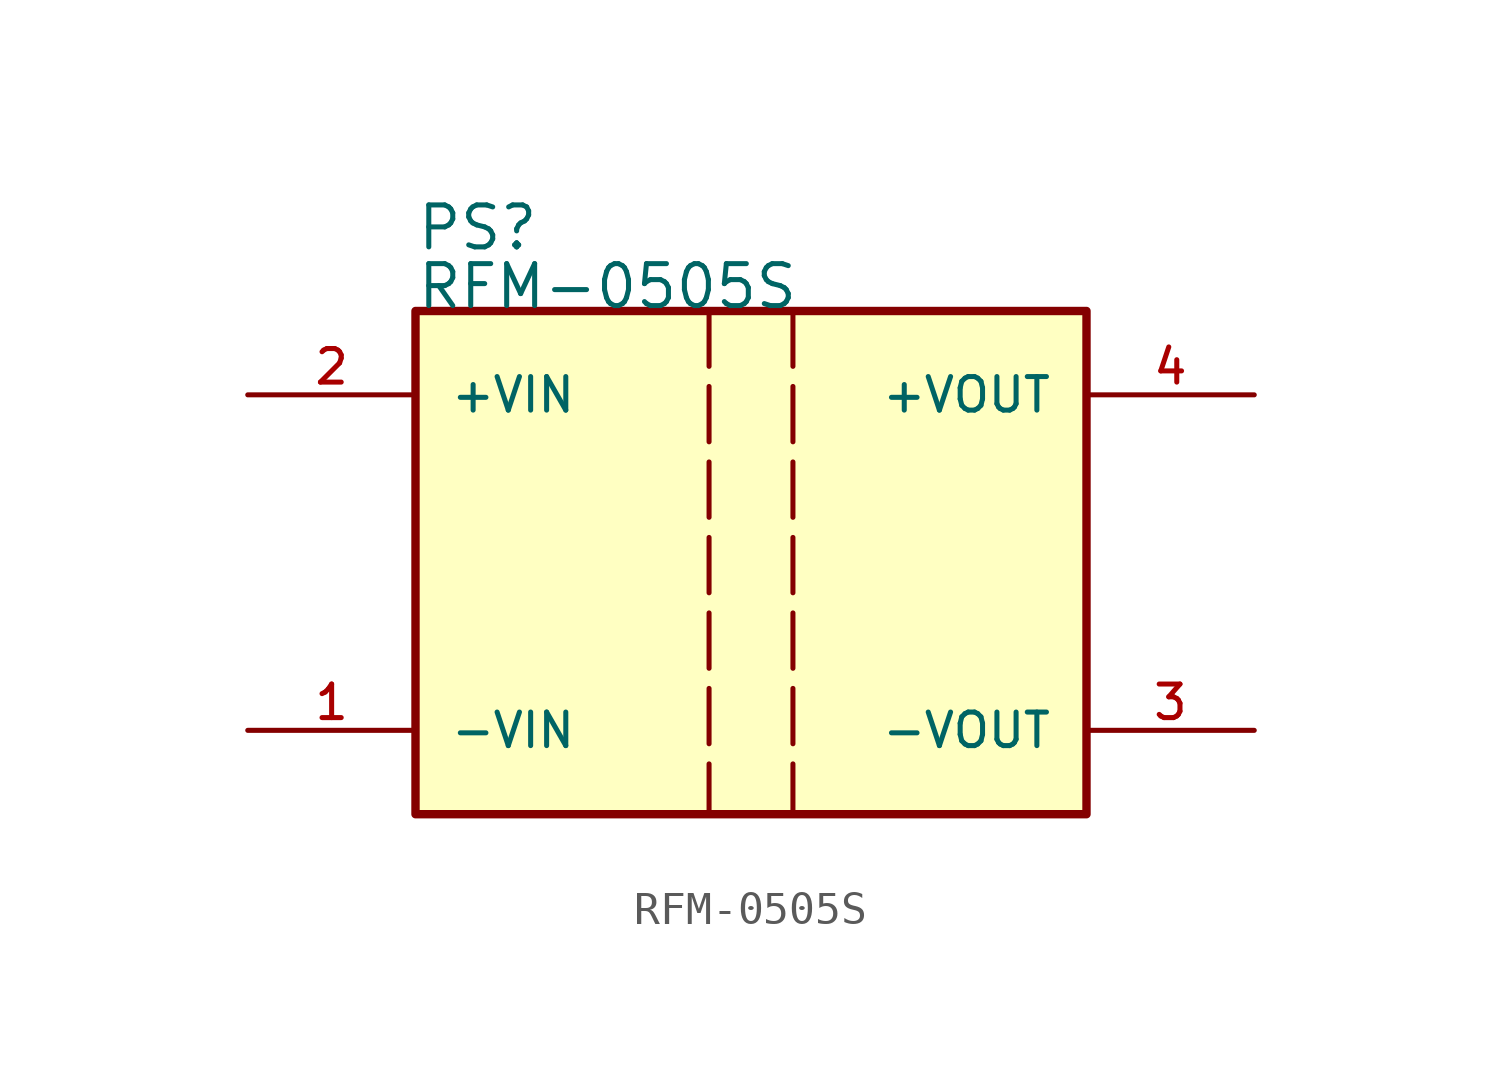
<source format=kicad_sym>
(kicad_symbol_lib
  (version 20241209)
  (generator "kicad_symbol_editor")
  (generator_version "9.0")
  (symbol "RFM-0505S"
    (pin_names
      (offset 1.016))
    (property "Reference" "PS"
      (at -10.16 9.398 0)
      (effects (font (size 1.27 1.27)) (justify left bottom)))
    (property "Value" "RFM-0505S"
      (at -10.16 7.62 0)
      (effects (font (size 1.27 1.27)) (justify left bottom)))
    (symbol "RFM-0505S_0_0"
      (rectangle (start -10.16 7.62) (end 10.16 -7.62) (stroke (width 0.254) (type default)) (fill (type background)))
      (pin input line (at -15.24 5.08 0) (length 5.08) (name "+VIN" (effects (font (size 1.016 1.016)))) (number "2" (effects (font (size 1.016 1.016)))))
      (pin input line (at -15.24 -5.08 0) (length 5.08) (name "-VIN" (effects (font (size 1.016 1.016)))) (number "1" (effects (font (size 1.016 1.016)))))
      (pin output line (at 15.24 5.08 180) (length 5.08) (name "+VOUT" (effects (font (size 1.016 1.016)))) (number "4" (effects (font (size 1.016 1.016)))))
      (pin output line (at 15.24 -5.08 180) (length 5.08) (name "-VOUT" (effects (font (size 1.016 1.016)))) (number "3" (effects (font (size 1.016 1.016))))))
    (symbol "RFM-0505S_0_1"
      (polyline (pts (xy -1.27 7.62) (xy -1.27 -7.62)) (stroke (width 0) (type dash)) (fill (type none)))
      (polyline (pts (xy 1.27 7.62) (xy 1.27 -7.62)) (stroke (width 0) (type dash)) (fill (type none))))))
</source>
